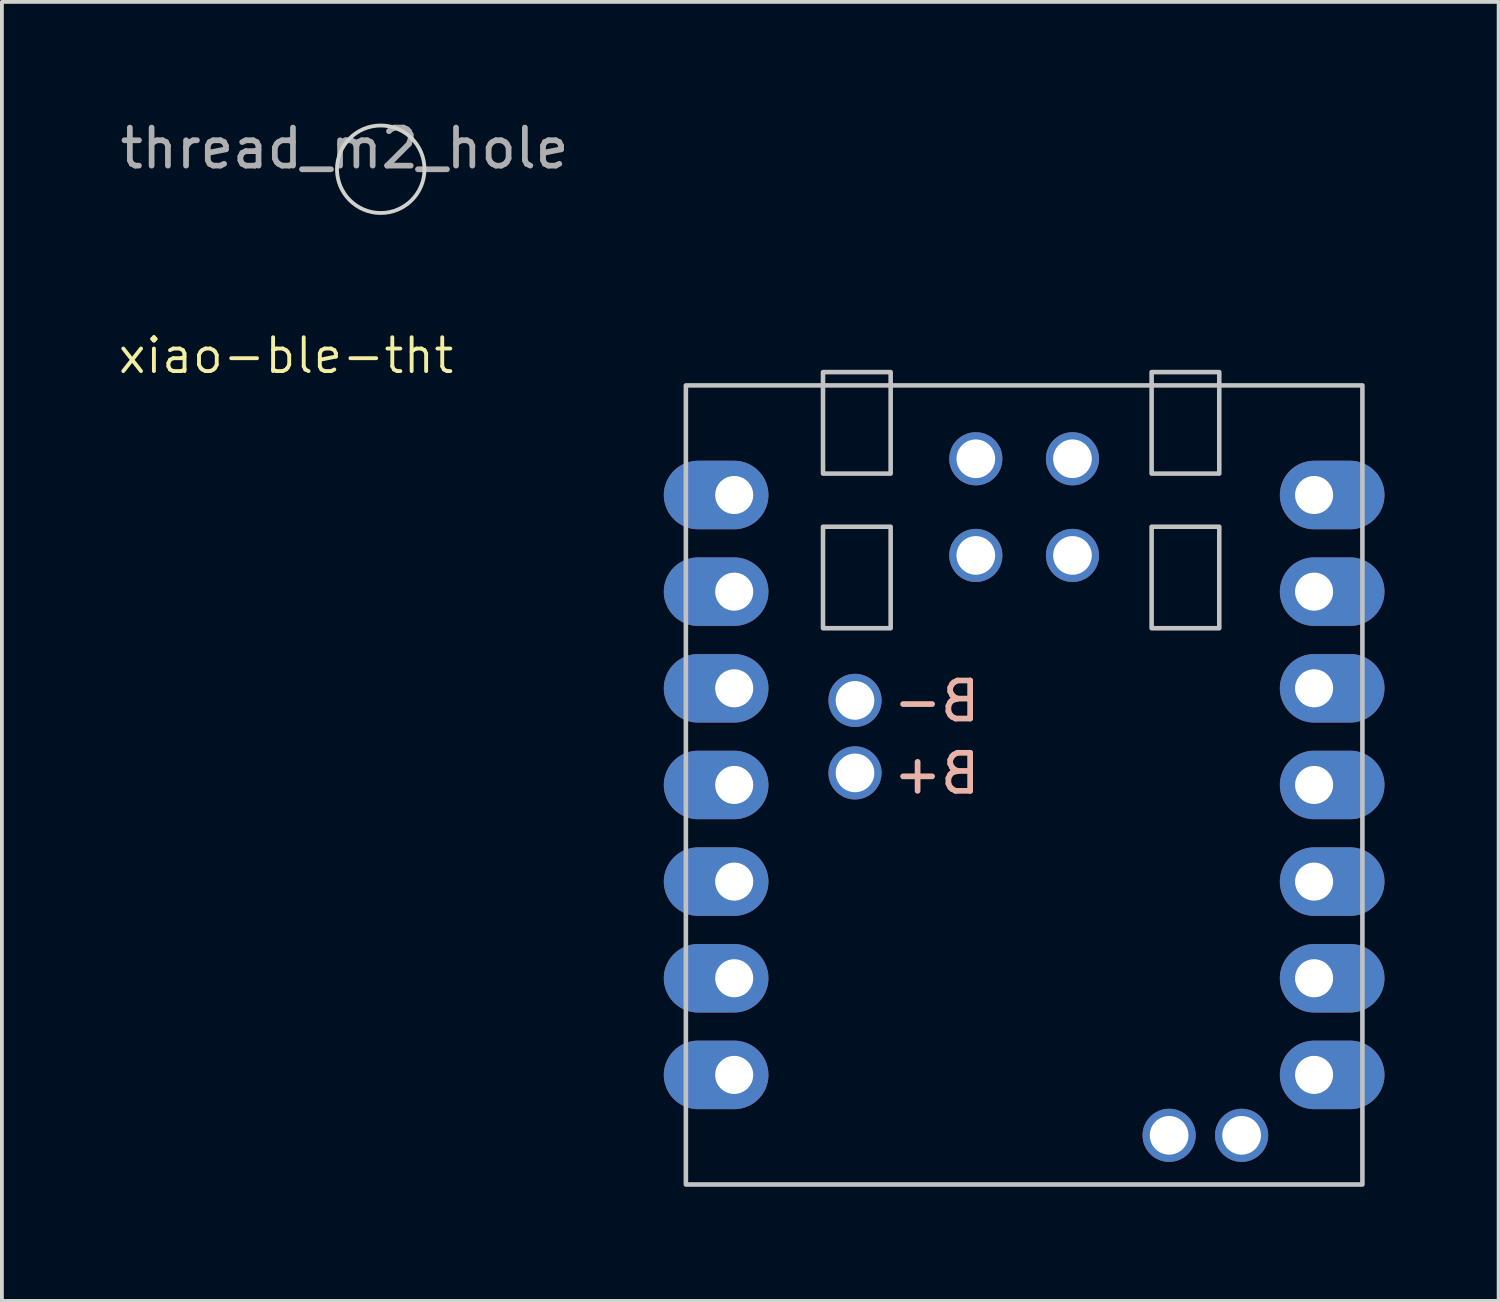
<source format=kicad_pcb>
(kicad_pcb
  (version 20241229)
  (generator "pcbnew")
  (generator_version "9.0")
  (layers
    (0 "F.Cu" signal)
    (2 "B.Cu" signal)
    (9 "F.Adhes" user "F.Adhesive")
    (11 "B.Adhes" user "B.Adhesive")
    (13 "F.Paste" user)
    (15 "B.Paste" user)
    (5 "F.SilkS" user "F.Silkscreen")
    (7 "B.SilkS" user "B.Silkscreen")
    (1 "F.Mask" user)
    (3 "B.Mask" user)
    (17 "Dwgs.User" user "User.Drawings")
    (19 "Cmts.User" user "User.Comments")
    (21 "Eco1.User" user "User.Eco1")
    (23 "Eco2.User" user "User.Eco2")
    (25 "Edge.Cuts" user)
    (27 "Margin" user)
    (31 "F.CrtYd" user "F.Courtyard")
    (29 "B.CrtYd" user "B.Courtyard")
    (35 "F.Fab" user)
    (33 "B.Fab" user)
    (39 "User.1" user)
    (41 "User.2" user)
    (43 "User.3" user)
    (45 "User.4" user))
  (footprint "xiao-ble-tht"
    (layer "F.Cu")
    (at 23.865 17.579)
    (property "Reference" "xiao-ble-tht" (at -19.399 -11.283 0) (layer "F.SilkS") (effects (font (size 0.889 0.889) (thickness 0.102))))
    (attr smd exclude_from_pos_files)
    (fp_rect (start -8.89 10.5) (end 8.89 -10.5) (stroke (width 0.12) (type solid)) (fill no) (layer "Dwgs.User"))
    (fp_rect (start -5.286 -6.786) (end -3.508 -4.119) (stroke (width 0.12) (type solid)) (fill no) (layer "Dwgs.User"))
    (fp_rect (start -3.508 -8.183) (end -5.286 -10.85) (stroke (width 0.12) (type solid)) (fill no) (layer "Dwgs.User"))
    (fp_rect (start 3.35 -10.85) (end 5.128 -8.183) (stroke (width 0.12) (type solid)) (fill no) (layer "Dwgs.User"))
    (fp_rect (start 3.35 -6.786) (end 5.128 -4.119) (stroke (width 0.12) (type solid)) (fill no) (layer "Dwgs.User"))
    (fp_text user "B+" (at -2.3 -0.3 0) (unlocked yes) (layer "B.SilkS") (effects (font (size 1 1) (thickness 0.15)) (justify mirror)))
    (fp_text user "B-" (at -2.3 -2.2 0) (unlocked yes) (layer "B.SilkS") (effects (font (size 1 1) (thickness 0.15)) (justify mirror)))
    (pad "1" thru_hole oval (at -7.62 -7.62) (size 2.75 1.8) (drill 1 (offset -0.475 0)) (layers "*.Cu" "*.Mask"))
    (pad "2" thru_hole oval (at -7.62 -5.08) (size 2.75 1.8) (drill 1 (offset -0.475 0)) (layers "*.Cu" "*.Mask"))
    (pad "3" thru_hole oval (at -7.62 -2.54) (size 2.75 1.8) (drill 1 (offset -0.475 0)) (layers "*.Cu" "*.Mask"))
    (pad "4" thru_hole oval (at -7.62 0) (size 2.75 1.8) (drill 1 (offset -0.475 0)) (layers "*.Cu" "*.Mask"))
    (pad "5" thru_hole oval (at -7.62 2.54) (size 2.75 1.8) (drill 1 (offset -0.475 0)) (layers "*.Cu" "*.Mask"))
    (pad "6" thru_hole oval (at -7.62 5.08) (size 2.75 1.8) (drill 1 (offset -0.475 0)) (layers "*.Cu" "*.Mask"))
    (pad "7" thru_hole oval (at -7.62 7.62) (size 2.75 1.8) (drill 1 (offset -0.475 0)) (layers "*.Cu" "*.Mask"))
    (pad "8" thru_hole oval (at 7.62 7.62 180) (size 2.75 1.8) (drill 1 (offset -0.475 0)) (layers "*.Cu" "*.Mask"))
    (pad "9" thru_hole oval (at 7.62 5.08 180) (size 2.75 1.8) (drill 1 (offset -0.475 0)) (layers "*.Cu" "*.Mask"))
    (pad "10" thru_hole oval (at 7.62 2.54 180) (size 2.75 1.8) (drill 1 (offset -0.475 0)) (layers "*.Cu" "*.Mask"))
    (pad "11" thru_hole oval (at 7.62 0 180) (size 2.75 1.8) (drill 1 (offset -0.475 0)) (layers "*.Cu" "*.Mask"))
    (pad "12" thru_hole oval (at 7.62 -2.54 180) (size 2.75 1.8) (drill 1 (offset -0.475 0)) (layers "*.Cu" "*.Mask"))
    (pad "13" thru_hole oval (at 7.62 -5.08 180) (size 2.75 1.8) (drill 1 (offset -0.475 0)) (layers "*.Cu" "*.Mask"))
    (pad "14" thru_hole oval (at 7.62 -7.62 180) (size 2.75 1.8) (drill 1 (offset -0.475 0)) (layers "*.Cu" "*.Mask"))
    (pad "15" thru_hole circle (at -1.27 -8.572 90) (size 1.397 1.397) (drill 1.016) (layers "*.Cu" "*.Mask"))
    (pad "16" thru_hole circle (at 1.27 -8.572 90) (size 1.397 1.397) (drill 1.016) (layers "*.Cu" "*.Mask"))
    (pad "17" thru_hole circle (at -1.27 -6.032 90) (size 1.397 1.397) (drill 1.016) (layers "*.Cu" "*.Mask"))
    (pad "18" thru_hole circle (at 1.27 -6.032 90) (size 1.397 1.397) (drill 1.016) (layers "*.Cu" "*.Mask"))
    (pad "19" thru_hole circle (at -4.445 -0.317 180) (size 1.397 1.397) (drill 1.016) (layers "*.Cu" "*.Mask"))
    (pad "20" thru_hole circle (at -4.445 -2.222 180) (size 1.397 1.397) (drill 1.016) (layers "*.Cu" "*.Mask"))
    (pad "21" thru_hole circle (at 3.81 9.208 180) (size 1.397 1.397) (drill 1.016) (layers "*.Cu" "*.Mask"))
    (pad "22" thru_hole circle (at 5.715 9.208 180) (size 1.397 1.397) (drill 1.016) (layers "*.Cu" "*.Mask")))
  (footprint "thread_m2_hole"
    (layer "F.Cu")
    (at 6.956 1.398)
    (property "Reference" "thread_m2_hole" (at -0.95 -0.55 0) (layer "F.Fab") (effects (font (size 1 1) (thickness 0.15))))
    (attr exclude_from_pos_files exclude_from_bom)
    (fp_circle (center 0 0) (end 1.15 0) (stroke (width 0.1) (type solid)) (fill no) (layer "Edge.Cuts")))
  (gr_rect
    (start -3 -3)
    (end 36.335 31.139)
    (stroke (width 0.1) (type default))
    (fill no)
    (layer "Edge.Cuts")))
</source>
